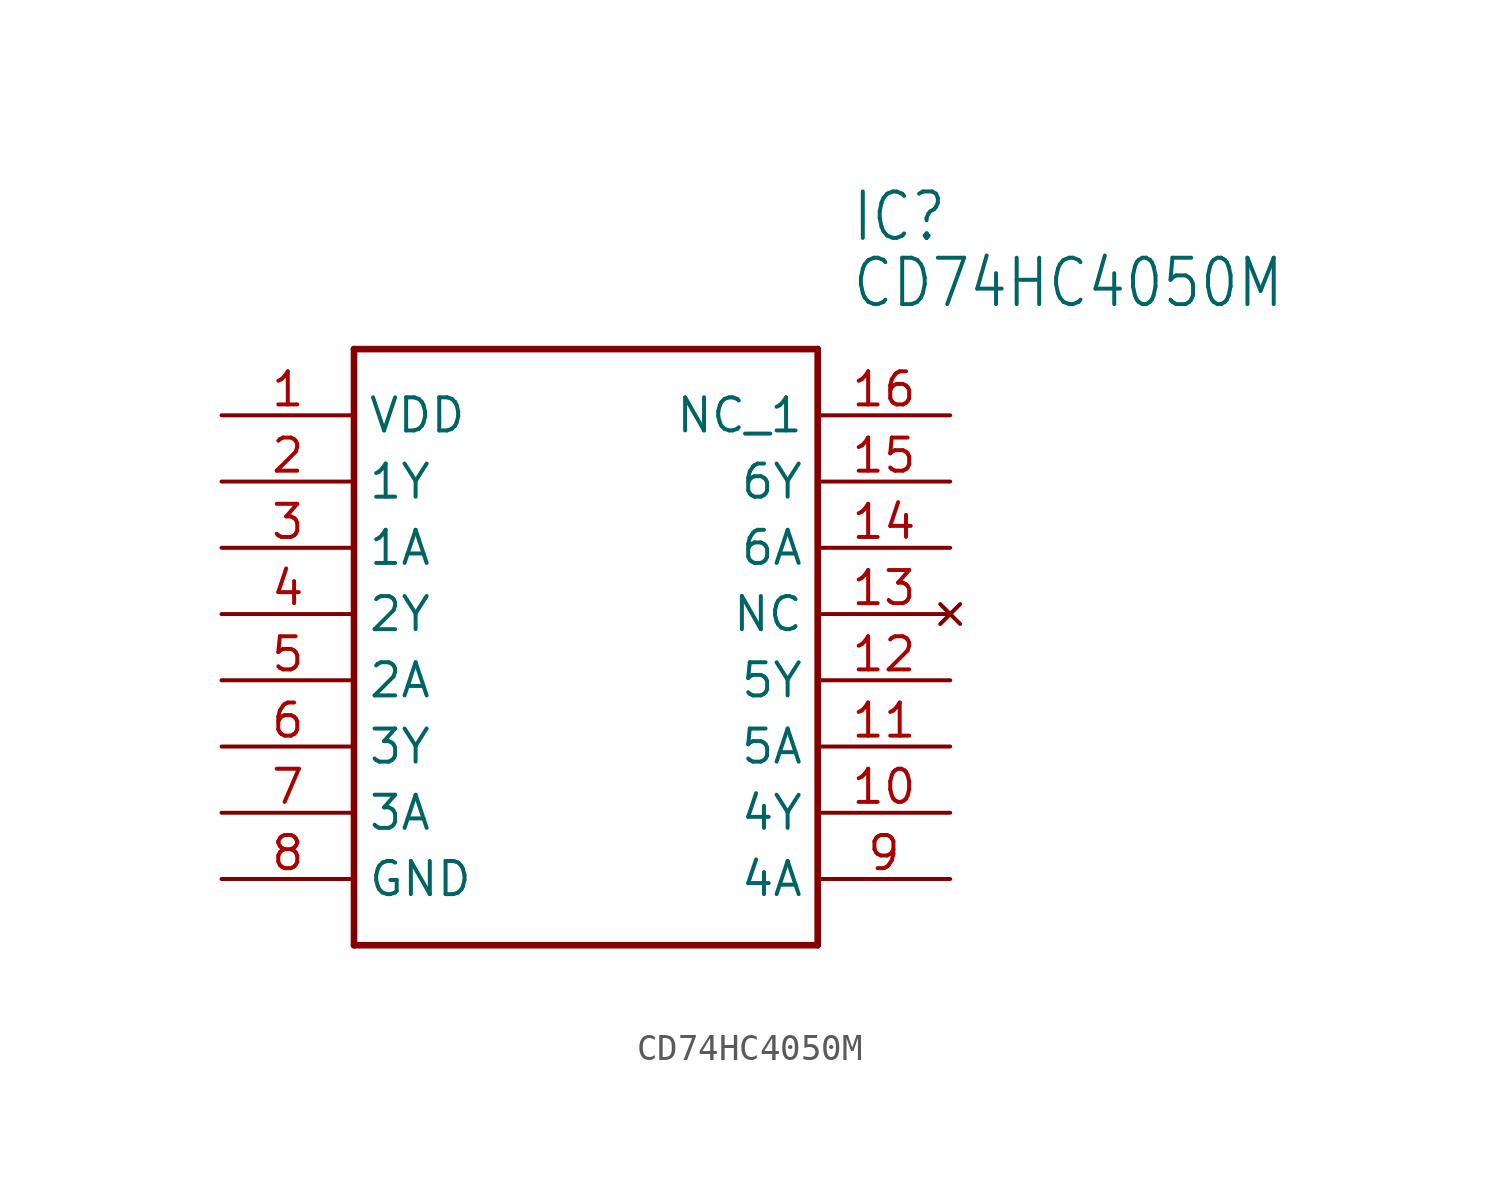
<source format=kicad_sym>
(kicad_symbol_lib
  (version 20211014)
  (generator kicad_symbol_editor)
  (symbol "CD74HC4050M"
    (property "Reference" "IC"
      (at 24.13 7.62 0)
      (effects (font (size 1.778 1.511)) (justify left)))
    (property "Value" "CD74HC4050M"
      (at 24.13 5.08 0)
      (effects (font (size 1.778 1.511)) (justify left)))
    (property "ki_locked" ""
      (at 0 0 0)
      (effects (font (size 1.27 1.27))))
    (symbol "CD74HC4050M_1_0"
      (polyline (pts (xy 5.08 2.54) (xy 5.08 -20.32)) (stroke (width 0.254) (type default) (color 0 0 0 0)) (fill (type none)))
      (polyline (pts (xy 5.08 2.54) (xy 22.86 2.54)) (stroke (width 0.254) (type default) (color 0 0 0 0)) (fill (type none)))
      (polyline (pts (xy 22.86 -20.32) (xy 5.08 -20.32)) (stroke (width 0.254) (type default) (color 0 0 0 0)) (fill (type none)))
      (polyline (pts (xy 22.86 -20.32) (xy 22.86 2.54)) (stroke (width 0.254) (type default) (color 0 0 0 0)) (fill (type none)))
      (pin power_in line (at 0 0 0) (length 5.08) (name "VDD" (effects (font (size 1.27 1.27)))) (number "1" (effects (font (size 1.27 1.27)))))
      (pin bidirectional line (at 27.94 -15.24 180) (length 5.08) (name "4Y" (effects (font (size 1.27 1.27)))) (number "10" (effects (font (size 1.27 1.27)))))
      (pin bidirectional line (at 27.94 -12.7 180) (length 5.08) (name "5A" (effects (font (size 1.27 1.27)))) (number "11" (effects (font (size 1.27 1.27)))))
      (pin bidirectional line (at 27.94 -10.16 180) (length 5.08) (name "5Y" (effects (font (size 1.27 1.27)))) (number "12" (effects (font (size 1.27 1.27)))))
      (pin no_connect line (at 27.94 -7.62 180) (length 5.08) (name "NC" (effects (font (size 1.27 1.27)))) (number "13" (effects (font (size 1.27 1.27)))))
      (pin bidirectional line (at 27.94 -5.08 180) (length 5.08) (name "6A" (effects (font (size 1.27 1.27)))) (number "14" (effects (font (size 1.27 1.27)))))
      (pin bidirectional line (at 27.94 -2.54 180) (length 5.08) (name "6Y" (effects (font (size 1.27 1.27)))) (number "15" (effects (font (size 1.27 1.27)))))
      (pin bidirectional line (at 27.94 0 180) (length 5.08) (name "NC_1" (effects (font (size 1.27 1.27)))) (number "16" (effects (font (size 1.27 1.27)))))
      (pin bidirectional line (at 0 -2.54 0) (length 5.08) (name "1Y" (effects (font (size 1.27 1.27)))) (number "2" (effects (font (size 1.27 1.27)))))
      (pin bidirectional line (at 0 -5.08 0) (length 5.08) (name "1A" (effects (font (size 1.27 1.27)))) (number "3" (effects (font (size 1.27 1.27)))))
      (pin bidirectional line (at 0 -7.62 0) (length 5.08) (name "2Y" (effects (font (size 1.27 1.27)))) (number "4" (effects (font (size 1.27 1.27)))))
      (pin bidirectional line (at 0 -10.16 0) (length 5.08) (name "2A" (effects (font (size 1.27 1.27)))) (number "5" (effects (font (size 1.27 1.27)))))
      (pin bidirectional line (at 0 -12.7 0) (length 5.08) (name "3Y" (effects (font (size 1.27 1.27)))) (number "6" (effects (font (size 1.27 1.27)))))
      (pin bidirectional line (at 0 -15.24 0) (length 5.08) (name "3A" (effects (font (size 1.27 1.27)))) (number "7" (effects (font (size 1.27 1.27)))))
      (pin power_in line (at 0 -17.78 0) (length 5.08) (name "GND" (effects (font (size 1.27 1.27)))) (number "8" (effects (font (size 1.27 1.27)))))
      (pin bidirectional line (at 27.94 -17.78 180) (length 5.08) (name "4A" (effects (font (size 1.27 1.27)))) (number "9" (effects (font (size 1.27 1.27))))))))
</source>
